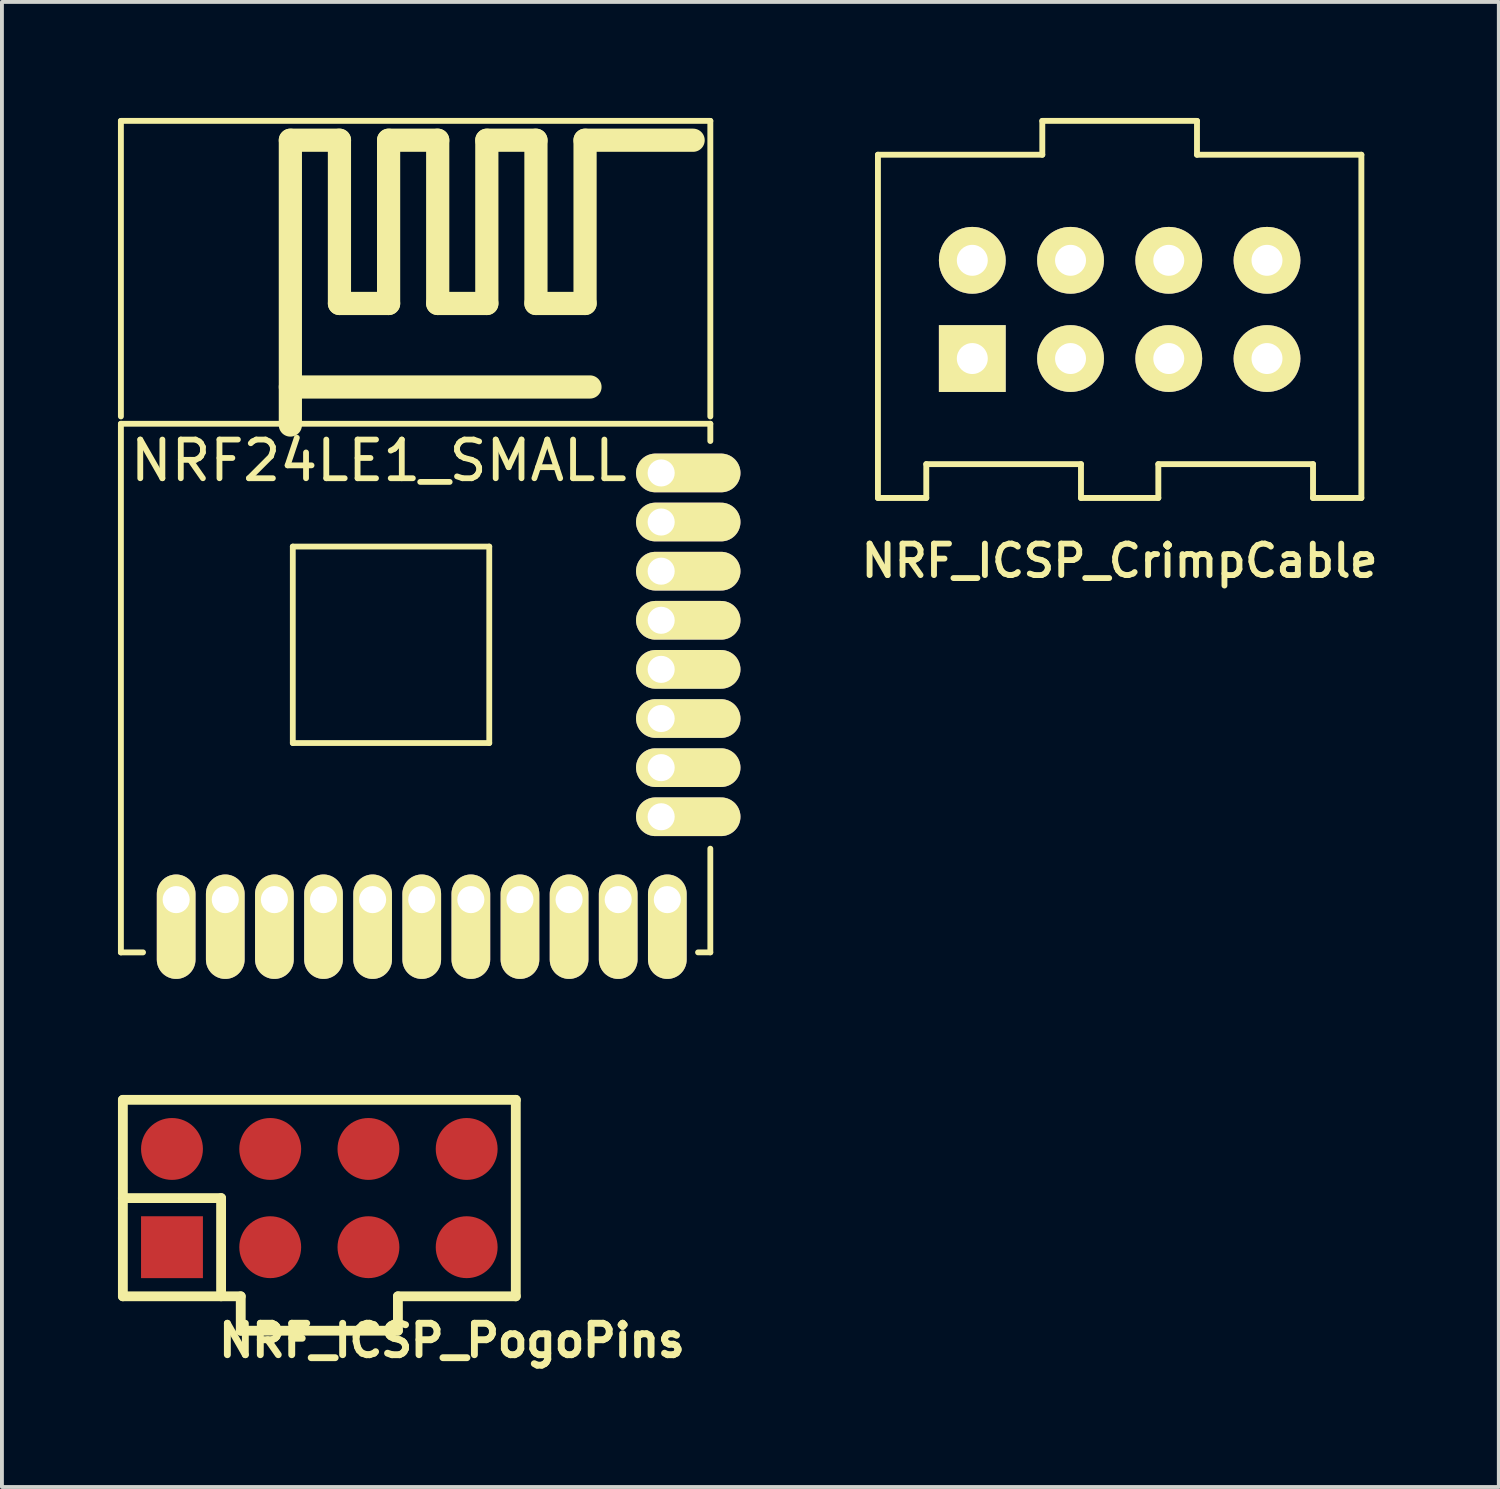
<source format=kicad_pcb>
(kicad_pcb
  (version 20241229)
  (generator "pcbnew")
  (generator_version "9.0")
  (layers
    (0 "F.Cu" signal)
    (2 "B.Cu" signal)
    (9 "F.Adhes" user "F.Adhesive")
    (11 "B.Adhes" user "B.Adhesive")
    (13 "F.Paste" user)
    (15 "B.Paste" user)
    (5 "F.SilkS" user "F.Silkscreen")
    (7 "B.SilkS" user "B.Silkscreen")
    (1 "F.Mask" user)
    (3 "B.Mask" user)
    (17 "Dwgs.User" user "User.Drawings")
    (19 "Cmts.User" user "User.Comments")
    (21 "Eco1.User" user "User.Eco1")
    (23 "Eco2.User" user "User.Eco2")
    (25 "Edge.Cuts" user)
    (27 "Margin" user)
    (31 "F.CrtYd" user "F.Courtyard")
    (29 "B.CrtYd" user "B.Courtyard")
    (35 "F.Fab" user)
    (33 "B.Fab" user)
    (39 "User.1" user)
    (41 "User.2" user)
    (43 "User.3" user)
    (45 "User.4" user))
  (footprint "NRF_ICSP_PogoPins"
    (layer "F.Cu")
    (at 5.207 27.929)
    (property "Reference" "NRF_ICSP_PogoPins" (at 3.429 3.683 0) (layer "F.SilkS") (effects (font (size 0.813 0.813) (thickness 0.178))))
    (attr through_hole)
    (fp_line (start -5.08 -2.54) (end -5.08 0) (stroke (width 0.254) (type solid)) (layer "F.SilkS"))
    (fp_line (start -5.08 0) (end -2.54 0) (stroke (width 0.254) (type solid)) (layer "F.SilkS"))
    (fp_line (start -5.08 2.54) (end -5.08 0) (stroke (width 0.254) (type solid)) (layer "F.SilkS"))
    (fp_line (start -5.08 2.54) (end -2.032 2.54) (stroke (width 0.254) (type solid)) (layer "F.SilkS"))
    (fp_line (start -2.54 0) (end -2.54 2.54) (stroke (width 0.254) (type solid)) (layer "F.SilkS"))
    (fp_line (start -2.032 2.54) (end -2.032 3.429) (stroke (width 0.254) (type solid)) (layer "F.SilkS"))
    (fp_line (start -2.032 3.429) (end 2.032 3.429) (stroke (width 0.254) (type solid)) (layer "F.SilkS"))
    (fp_line (start 2.032 2.54) (end 5.08 2.54) (stroke (width 0.254) (type solid)) (layer "F.SilkS"))
    (fp_line (start 2.032 3.429) (end 2.032 2.54) (stroke (width 0.254) (type solid)) (layer "F.SilkS"))
    (fp_line (start 5.08 -2.54) (end -5.08 -2.54) (stroke (width 0.254) (type solid)) (layer "F.SilkS"))
    (fp_line (start 5.08 2.54) (end 5.08 -2.54) (stroke (width 0.254) (type solid)) (layer "F.SilkS"))
    (pad "1" smd rect (at -3.81 1.27) (size 1.6 1.6) (layers "F.Cu" "F.Mask" "F.Paste"))
    (pad "2" smd circle (at -3.81 -1.27) (size 1.6 1.6) (layers "F.Cu" "F.Mask" "F.Paste"))
    (pad "3" smd circle (at -1.27 1.27) (size 1.6 1.6) (layers "F.Cu" "F.Mask" "F.Paste"))
    (pad "4" smd circle (at -1.27 -1.27) (size 1.6 1.6) (layers "F.Cu" "F.Mask" "F.Paste"))
    (pad "5" smd circle (at 1.27 1.27) (size 1.6 1.6) (layers "F.Cu" "F.Mask" "F.Paste"))
    (pad "6" smd circle (at 1.27 -1.27) (size 1.6 1.6) (layers "F.Cu" "F.Mask" "F.Paste"))
    (pad "7" smd circle (at 3.81 1.27) (size 1.6 1.6) (layers "F.Cu" "F.Mask" "F.Paste"))
    (pad "8" smd circle (at 3.81 -1.27) (size 1.6 1.6) (layers "F.Cu" "F.Mask" "F.Paste")))
  (footprint "NRF_ICSP_CrimpCable"
    (layer "F.Cu")
    (at 25.901 4.951)
    (property "Reference" "NRF_ICSP_CrimpCable" (at 0 6.5 0) (layer "F.SilkS") (effects (font (size 0.813 0.813) (thickness 0.152))))
    (attr through_hole)
    (fp_line (start -6.25 -4) (end -6.25 4.875) (stroke (width 0.152) (type solid)) (layer "F.SilkS"))
    (fp_line (start -6.25 -4) (end -2 -4) (stroke (width 0.152) (type solid)) (layer "F.SilkS"))
    (fp_line (start -6.25 4.875) (end -5 4.875) (stroke (width 0.152) (type solid)) (layer "F.SilkS"))
    (fp_line (start -5 4) (end -1 4) (stroke (width 0.152) (type solid)) (layer "F.SilkS"))
    (fp_line (start -5 4.875) (end -5 4) (stroke (width 0.152) (type solid)) (layer "F.SilkS"))
    (fp_line (start -2 -4.875) (end -2 -4) (stroke (width 0.152) (type solid)) (layer "F.SilkS"))
    (fp_line (start -2 -4.875) (end 2 -4.875) (stroke (width 0.152) (type solid)) (layer "F.SilkS"))
    (fp_line (start -1 4) (end -1 4.875) (stroke (width 0.152) (type solid)) (layer "F.SilkS"))
    (fp_line (start -1 4.875) (end 1 4.875) (stroke (width 0.152) (type solid)) (layer "F.SilkS"))
    (fp_line (start 1 4) (end 5 4) (stroke (width 0.152) (type solid)) (layer "F.SilkS"))
    (fp_line (start 1 4.875) (end 1 4) (stroke (width 0.152) (type solid)) (layer "F.SilkS"))
    (fp_line (start 2 -4.875) (end 2 -4) (stroke (width 0.152) (type solid)) (layer "F.SilkS"))
    (fp_line (start 5 4.875) (end 5 4) (stroke (width 0.152) (type solid)) (layer "F.SilkS"))
    (fp_line (start 6.25 -4) (end 2 -4) (stroke (width 0.152) (type solid)) (layer "F.SilkS"))
    (fp_line (start 6.25 4.875) (end 5 4.875) (stroke (width 0.152) (type solid)) (layer "F.SilkS"))
    (fp_line (start 6.25 4.875) (end 6.25 -4) (stroke (width 0.152) (type solid)) (layer "F.SilkS"))
    (pad "1" thru_hole rect (at -3.81 1.27) (size 1.727 1.727) (drill 0.8) (layers "*.Cu" "*.Mask" "F.SilkS"))
    (pad "2" thru_hole oval (at -3.81 -1.27) (size 1.727 1.727) (drill 0.8) (layers "*.Cu" "*.Mask" "F.SilkS"))
    (pad "3" thru_hole oval (at -1.27 1.27) (size 1.727 1.727) (drill 0.8) (layers "*.Cu" "*.Mask" "F.SilkS"))
    (pad "4" thru_hole oval (at -1.27 -1.27) (size 1.727 1.727) (drill 0.8) (layers "*.Cu" "*.Mask" "F.SilkS"))
    (pad "5" thru_hole oval (at 1.27 1.27) (size 1.727 1.727) (drill 0.8) (layers "*.Cu" "*.Mask" "F.SilkS"))
    (pad "6" thru_hole oval (at 1.27 -1.27) (size 1.727 1.727) (drill 0.8) (layers "*.Cu" "*.Mask" "F.SilkS"))
    (pad "7" thru_hole oval (at 3.81 1.27) (size 1.727 1.727) (drill 0.8) (layers "*.Cu" "*.Mask" "F.SilkS"))
    (pad "8" thru_hole oval (at 3.81 -1.27) (size 1.727 1.727) (drill 0.8) (layers "*.Cu" "*.Mask" "F.SilkS")))
  (footprint "NRF24LE1_SMALL"
    (layer "F.Cu")
    (at 8.014 14.576)
    (property "Reference" "NRF24LE1_SMALL" (at -1.27 -5.715 0) (layer "F.SilkS") (effects (font (size 1 1) (thickness 0.15))))
    (attr through_hole)
    (fp_line (start -7.938 -14.5) (end 7.303 -14.5) (stroke (width 0.152) (type solid)) (layer "F.SilkS"))
    (fp_line (start -7.938 -6.858) (end -7.938 -14.5) (stroke (width 0.152) (type solid)) (layer "F.SilkS"))
    (fp_line (start -7.938 -6.668) (end 7.303 -6.668) (stroke (width 0.15) (type solid)) (layer "F.SilkS"))
    (fp_line (start -7.938 7) (end -7.938 -6.668) (stroke (width 0.152) (type solid)) (layer "F.SilkS"))
    (fp_line (start -7.366 7) (end -7.938 7) (stroke (width 0.152) (type solid)) (layer "F.SilkS"))
    (fp_line (start -3.556 -14) (end -3.556 -6.636) (stroke (width 0.6) (type solid)) (layer "F.SilkS"))
    (fp_line (start -3.556 -14) (end -2.286 -14) (stroke (width 0.6) (type solid)) (layer "F.SilkS"))
    (fp_line (start -3.556 -7.62) (end 4.191 -7.62) (stroke (width 0.6) (type solid)) (layer "F.SilkS"))
    (fp_line (start -3.493 -3.493) (end -3.493 1.587) (stroke (width 0.15) (type solid)) (layer "F.SilkS"))
    (fp_line (start -3.493 1.587) (end 1.587 1.587) (stroke (width 0.15) (type solid)) (layer "F.SilkS"))
    (fp_line (start -2.287 -14) (end -2.287 -9.779) (stroke (width 0.6) (type solid)) (layer "F.SilkS"))
    (fp_line (start -2.286 -9.779) (end -1.016 -9.779) (stroke (width 0.6) (type solid)) (layer "F.SilkS"))
    (fp_line (start -1.016 -14) (end -1.016 -9.779) (stroke (width 0.6) (type solid)) (layer "F.SilkS"))
    (fp_line (start -1.016 -14) (end 0.254 -14) (stroke (width 0.6) (type solid)) (layer "F.SilkS"))
    (fp_line (start 0.254 -14) (end 0.254 -9.779) (stroke (width 0.6) (type solid)) (layer "F.SilkS"))
    (fp_line (start 0.254 -9.779) (end 1.524 -9.779) (stroke (width 0.6) (type solid)) (layer "F.SilkS"))
    (fp_line (start 1.524 -14) (end 2.794 -14) (stroke (width 0.6) (type solid)) (layer "F.SilkS"))
    (fp_line (start 1.524 -9.779) (end 1.524 -14) (stroke (width 0.6) (type solid)) (layer "F.SilkS"))
    (fp_line (start 1.587 -3.493) (end -3.493 -3.493) (stroke (width 0.15) (type solid)) (layer "F.SilkS"))
    (fp_line (start 1.587 1.587) (end 1.587 -3.493) (stroke (width 0.15) (type solid)) (layer "F.SilkS"))
    (fp_line (start 2.794 -14) (end 2.794 -9.779) (stroke (width 0.6) (type solid)) (layer "F.SilkS"))
    (fp_line (start 2.794 -9.779) (end 4.064 -9.779) (stroke (width 0.6) (type solid)) (layer "F.SilkS"))
    (fp_line (start 4.064 -14) (end 6.858 -14) (stroke (width 0.6) (type solid)) (layer "F.SilkS"))
    (fp_line (start 4.064 -9.779) (end 4.064 -14) (stroke (width 0.6) (type solid)) (layer "F.SilkS"))
    (fp_line (start 7.303 -14.5) (end 7.303 -6.858) (stroke (width 0.152) (type solid)) (layer "F.SilkS"))
    (fp_line (start 7.303 -6.668) (end 7.303 -6.223) (stroke (width 0.152) (type solid)) (layer "F.SilkS"))
    (fp_line (start 7.303 4.318) (end 7.303 7) (stroke (width 0.15) (type solid)) (layer "F.SilkS"))
    (fp_line (start 7.303 7) (end 6.985 7) (stroke (width 0.15) (type solid)) (layer "F.SilkS"))
    (pad "1" thru_hole oval (at -6.509 5.636) (size 1 2.7) (drill 0.7 (offset 0 0.7)) (layers "*.Cu" "*.Mask" "F.SilkS"))
    (pad "2" thru_hole oval (at -5.239 5.636) (size 1 2.7) (drill 0.7 (offset 0 0.7)) (layers "*.Cu" "*.Mask" "F.SilkS"))
    (pad "3" thru_hole oval (at -3.969 5.636) (size 1 2.7) (drill 0.7 (offset 0 0.7)) (layers "*.Cu" "*.Mask" "F.SilkS"))
    (pad "4" thru_hole oval (at -2.699 5.636) (size 1 2.7) (drill 0.7 (offset 0 0.7)) (layers "*.Cu" "*.Mask" "F.SilkS"))
    (pad "5" thru_hole oval (at -1.429 5.636) (size 1 2.7) (drill 0.7 (offset 0 0.7)) (layers "*.Cu" "*.Mask" "F.SilkS"))
    (pad "6" thru_hole oval (at -0.159 5.636) (size 1 2.7) (drill 0.7 (offset 0 0.7)) (layers "*.Cu" "*.Mask" "F.SilkS"))
    (pad "7" thru_hole oval (at 1.111 5.636) (size 1 2.7) (drill 0.7 (offset 0 0.7)) (layers "*.Cu" "*.Mask" "F.SilkS"))
    (pad "8" thru_hole oval (at 2.381 5.636) (size 1 2.7) (drill 0.7 (offset 0 0.7)) (layers "*.Cu" "*.Mask" "F.SilkS"))
    (pad "9" thru_hole oval (at 3.651 5.636) (size 1 2.7) (drill 0.7 (offset 0 0.7)) (layers "*.Cu" "*.Mask" "F.SilkS"))
    (pad "10" thru_hole oval (at 4.921 5.636) (size 1 2.7) (drill 0.7 (offset 0 0.7)) (layers "*.Cu" "*.Mask" "F.SilkS"))
    (pad "11" thru_hole oval (at 6.191 5.636) (size 1 2.7) (drill 0.7 (offset 0 0.7)) (layers "*.Cu" "*.Mask" "F.SilkS"))
    (pad "12" thru_hole oval (at 6.032 3.493 90) (size 1 2.7) (drill 0.7 (offset 0 0.7)) (layers "*.Cu" "*.Mask" "F.SilkS"))
    (pad "13" thru_hole oval (at 6.032 2.223 90) (size 1 2.7) (drill 0.7 (offset 0 0.7)) (layers "*.Cu" "*.Mask" "F.SilkS"))
    (pad "14" thru_hole oval (at 6.032 0.953 90) (size 1 2.7) (drill 0.7 (offset 0 0.7)) (layers "*.Cu" "*.Mask" "F.SilkS"))
    (pad "15" thru_hole oval (at 6.032 -0.318 90) (size 1 2.7) (drill 0.7 (offset 0 0.7)) (layers "*.Cu" "*.Mask" "F.SilkS"))
    (pad "16" thru_hole oval (at 6.032 -1.587 90) (size 1 2.7) (drill 0.7 (offset 0 0.7)) (layers "*.Cu" "*.Mask" "F.SilkS"))
    (pad "17" thru_hole oval (at 6.032 -2.857 90) (size 1 2.7) (drill 0.7 (offset 0 0.7)) (layers "*.Cu" "*.Mask" "F.SilkS"))
    (pad "18" thru_hole oval (at 6.032 -4.128 90) (size 1 2.7) (drill 0.7 (offset 0 0.7)) (layers "*.Cu" "*.Mask" "F.SilkS"))
    (pad "19" thru_hole oval (at 6.032 -5.397 90) (size 1 2.7) (drill 0.7 (offset 0 0.7)) (layers "*.Cu" "*.Mask" "F.SilkS")))
  (gr_rect
    (start -3 -3)
    (end 35.705 35.399)
    (stroke (width 0.1) (type default))
    (fill no)
    (layer "Edge.Cuts")))
</source>
